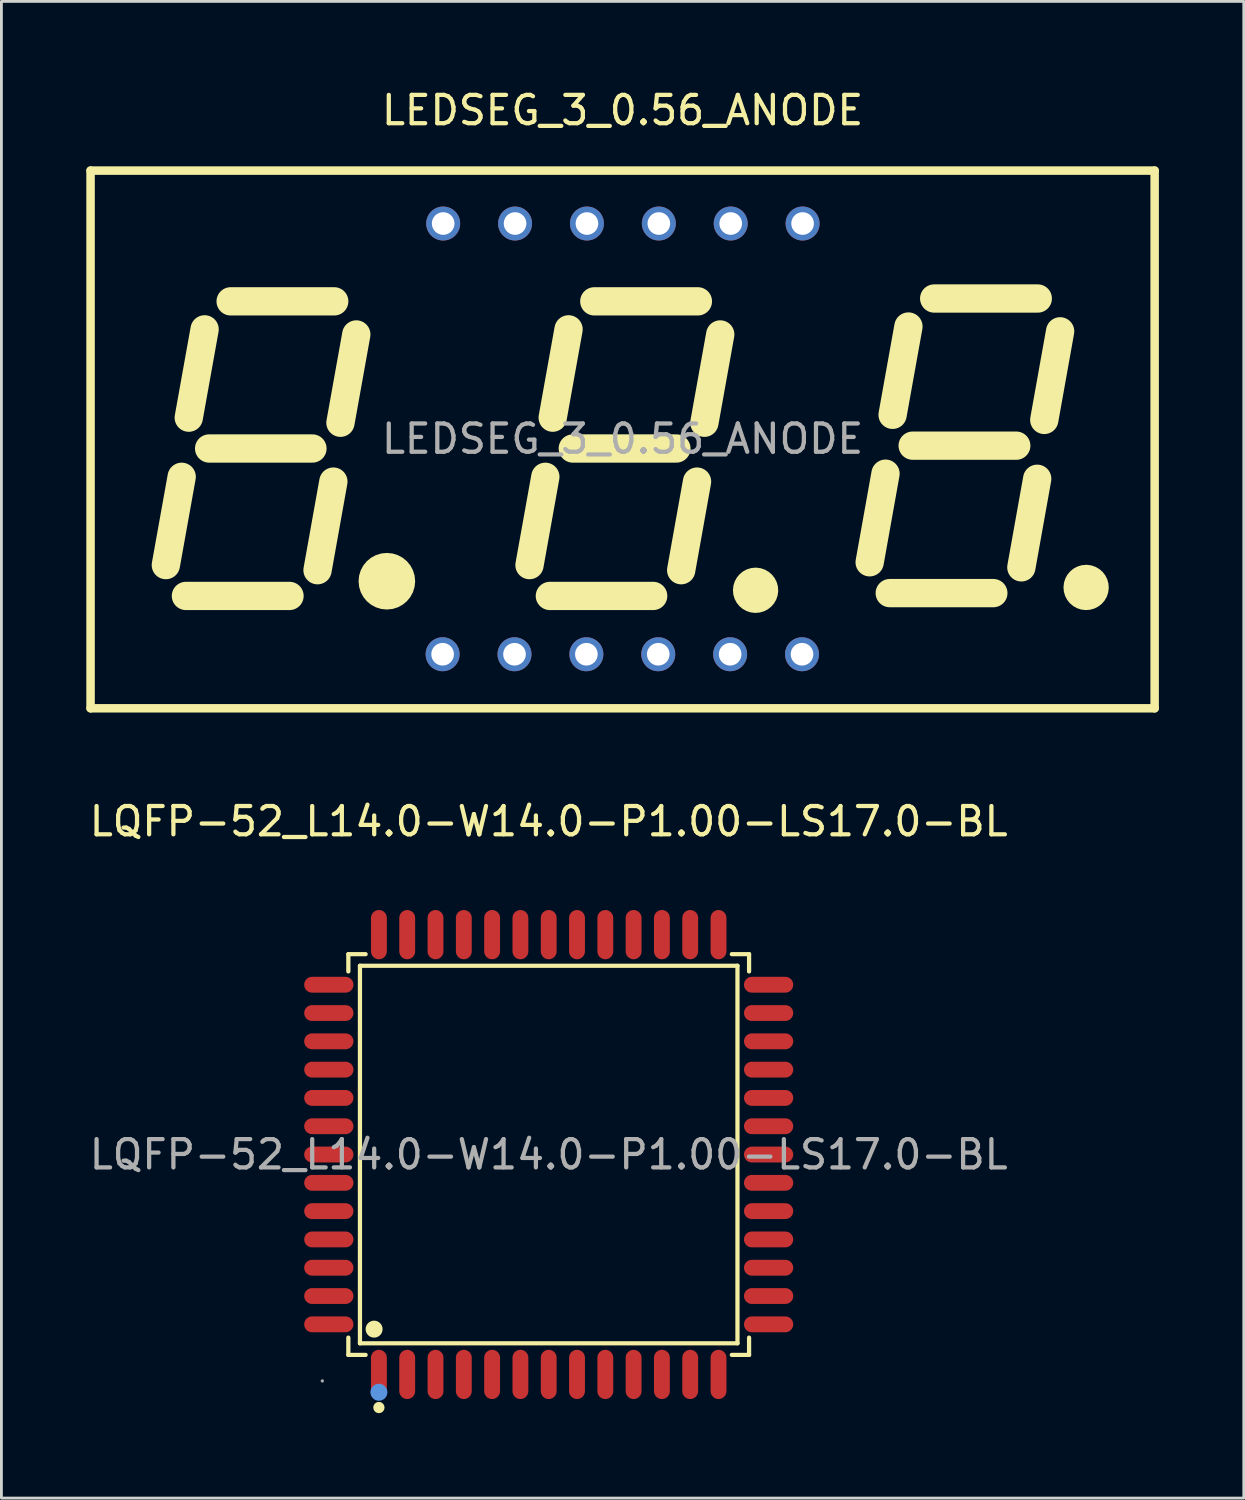
<source format=kicad_pcb>
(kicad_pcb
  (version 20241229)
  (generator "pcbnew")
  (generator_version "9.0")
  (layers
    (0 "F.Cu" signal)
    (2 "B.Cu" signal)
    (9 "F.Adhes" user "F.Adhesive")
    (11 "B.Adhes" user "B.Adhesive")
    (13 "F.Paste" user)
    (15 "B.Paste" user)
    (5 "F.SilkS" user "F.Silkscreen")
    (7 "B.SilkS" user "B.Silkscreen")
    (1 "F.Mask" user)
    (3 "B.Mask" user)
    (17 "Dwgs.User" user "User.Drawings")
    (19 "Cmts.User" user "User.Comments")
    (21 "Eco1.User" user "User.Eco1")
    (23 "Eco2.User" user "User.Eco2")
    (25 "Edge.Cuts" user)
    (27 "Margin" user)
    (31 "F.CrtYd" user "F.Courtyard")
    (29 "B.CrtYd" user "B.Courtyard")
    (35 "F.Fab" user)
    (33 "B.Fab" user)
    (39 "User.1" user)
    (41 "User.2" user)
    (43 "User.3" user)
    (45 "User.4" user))
  (footprint "LEDSEG_3_0.56_ANODE"
    (layer "F.Cu")
    (at 18.95 12.458)
    (property "Reference" "LEDSEG_3_0.56_ANODE" (at 0 -11.61 0) (layer "F.SilkS") (effects (font (size 1 1) (thickness 0.15))))
    (attr through_hole)
    (fp_line (start -18.8 -9.48) (end 18.8 -9.48) (stroke (width 0.3) (type solid)) (layer "F.SilkS"))
    (fp_line (start -18.8 9.52) (end -18.8 -9.48) (stroke (width 0.3) (type solid)) (layer "F.SilkS"))
    (fp_line (start -16.14 4.46) (end -15.58 1.34) (stroke (width 1) (type solid)) (layer "F.SilkS"))
    (fp_line (start -15.33 -0.75) (end -14.77 -3.87) (stroke (width 1) (type solid)) (layer "F.SilkS"))
    (fp_line (start -11.77 5.55) (end -15.43 5.55) (stroke (width 1) (type solid)) (layer "F.SilkS"))
    (fp_line (start -10.96 0.34) (end -14.61 0.34) (stroke (width 1) (type solid)) (layer "F.SilkS"))
    (fp_line (start -10.78 4.64) (end -10.22 1.51) (stroke (width 1) (type solid)) (layer "F.SilkS"))
    (fp_line (start -10.19 -4.86) (end -13.85 -4.86) (stroke (width 1) (type solid)) (layer "F.SilkS"))
    (fp_line (start -9.97 -0.57) (end -9.41 -3.69) (stroke (width 1) (type solid)) (layer "F.SilkS"))
    (fp_line (start -3.29 4.46) (end -2.73 1.34) (stroke (width 1) (type solid)) (layer "F.SilkS"))
    (fp_line (start -2.47 -0.75) (end -1.91 -3.87) (stroke (width 1) (type solid)) (layer "F.SilkS"))
    (fp_line (start 1.08 5.55) (end -2.57 5.55) (stroke (width 1) (type solid)) (layer "F.SilkS"))
    (fp_line (start 1.9 0.34) (end -1.76 0.34) (stroke (width 1) (type solid)) (layer "F.SilkS"))
    (fp_line (start 2.07 4.64) (end 2.63 1.51) (stroke (width 1) (type solid)) (layer "F.SilkS"))
    (fp_line (start 2.66 -4.86) (end -1 -4.86) (stroke (width 1) (type solid)) (layer "F.SilkS"))
    (fp_line (start 2.89 -0.57) (end 3.45 -3.69) (stroke (width 1) (type solid)) (layer "F.SilkS"))
    (fp_line (start 8.73 4.36) (end 9.29 1.23) (stroke (width 1) (type solid)) (layer "F.SilkS"))
    (fp_line (start 9.54 -0.85) (end 10.1 -3.97) (stroke (width 1) (type solid)) (layer "F.SilkS"))
    (fp_line (start 13.1 5.45) (end 9.44 5.45) (stroke (width 1) (type solid)) (layer "F.SilkS"))
    (fp_line (start 13.91 0.24) (end 10.25 0.24) (stroke (width 1) (type solid)) (layer "F.SilkS"))
    (fp_line (start 14.09 4.54) (end 14.65 1.41) (stroke (width 1) (type solid)) (layer "F.SilkS"))
    (fp_line (start 14.67 -4.96) (end 11.01 -4.96) (stroke (width 1) (type solid)) (layer "F.SilkS"))
    (fp_line (start 14.9 -0.67) (end 15.46 -3.8) (stroke (width 1) (type solid)) (layer "F.SilkS"))
    (fp_line (start 18.8 -9.48) (end 18.8 9.52) (stroke (width 0.3) (type solid)) (layer "F.SilkS"))
    (fp_line (start 18.8 9.52) (end -18.8 9.52) (stroke (width 0.3) (type solid)) (layer "F.SilkS"))
    (fp_arc (start -8.33 5.03) (mid -8.33 5.03) (end -8.33 5.03) (stroke (width 1) (type solid)) (layer "F.SilkS"))
    (fp_arc (start 4.71 5.05) (mid 4.695001 5.650125) (end 4.699996 5.049833) (stroke (width 1) (type solid)) (layer "F.SilkS"))
    (fp_arc (start 16.39 4.95) (mid 16.375001 5.550125) (end 16.379996 4.949833) (stroke (width 1) (type solid)) (layer "F.SilkS"))
    (fp_text user "${REFERENCE}" (at 0 0 0) (layer "F.Fab") (effects (font (size 1 1) (thickness 0.15))))
    (pad "1" thru_hole circle (at -6.36 7.61 270) (size 1.2 1.2) (drill 0.8) (layers "*.Cu" "*.Paste" "*.Mask"))
    (pad "2" thru_hole circle (at -3.82 7.61 270) (size 1.2 1.2) (drill 0.8) (layers "*.Cu" "*.Paste" "*.Mask"))
    (pad "3" thru_hole circle (at -1.28 7.61 270) (size 1.2 1.2) (drill 0.8) (layers "*.Cu" "*.Paste" "*.Mask"))
    (pad "4" thru_hole circle (at 1.26 7.61 270) (size 1.2 1.2) (drill 0.8) (layers "*.Cu" "*.Paste" "*.Mask"))
    (pad "5" thru_hole circle (at 3.8 7.61 270) (size 1.2 1.2) (drill 0.8) (layers "*.Cu" "*.Paste" "*.Mask"))
    (pad "6" thru_hole circle (at 6.34 7.61 270) (size 1.2 1.2) (drill 0.8) (layers "*.Cu" "*.Paste" "*.Mask"))
    (pad "7" thru_hole circle (at 6.36 -7.61 270) (size 1.2 1.2) (drill 0.8) (layers "*.Cu" "*.Paste" "*.Mask"))
    (pad "8" thru_hole circle (at 3.82 -7.61 270) (size 1.2 1.2) (drill 0.8) (layers "*.Cu" "*.Paste" "*.Mask"))
    (pad "9" thru_hole circle (at 1.28 -7.61 270) (size 1.2 1.2) (drill 0.8) (layers "*.Cu" "*.Paste" "*.Mask"))
    (pad "10" thru_hole circle (at -1.26 -7.61 270) (size 1.2 1.2) (drill 0.8) (layers "*.Cu" "*.Paste" "*.Mask"))
    (pad "11" thru_hole circle (at -3.8 -7.61 270) (size 1.2 1.2) (drill 0.8) (layers "*.Cu" "*.Paste" "*.Mask"))
    (pad "12" thru_hole circle (at -6.34 -7.61 270) (size 1.2 1.2) (drill 0.8) (layers "*.Cu" "*.Paste" "*.Mask")))
  (footprint "LQFP-52_L14.0-W14.0-P1.00-LS17.0-BL"
    (layer "F.Cu")
    (at 16.339 37.746)
    (property "Reference" "LQFP-52_L14.0-W14.0-P1.00-LS17.0-BL" (at 0 -11.77 0) (layer "F.SilkS") (effects (font (size 1 1) (thickness 0.15))))
    (attr through_hole)
    (fp_line (start -7.08 -7.08) (end -6.47 -7.08) (stroke (width 0.15) (type solid)) (layer "F.SilkS"))
    (fp_line (start -7.08 -6.47) (end -7.08 -7.08) (stroke (width 0.15) (type solid)) (layer "F.SilkS"))
    (fp_line (start -7.08 6.47) (end -7.08 7.08) (stroke (width 0.15) (type solid)) (layer "F.SilkS"))
    (fp_line (start -7.08 7.08) (end -6.47 7.08) (stroke (width 0.15) (type solid)) (layer "F.SilkS"))
    (fp_line (start -6.67 -6.67) (end 6.67 -6.67) (stroke (width 0.15) (type solid)) (layer "F.SilkS"))
    (fp_line (start -6.67 6.67) (end -6.67 -6.67) (stroke (width 0.15) (type solid)) (layer "F.SilkS"))
    (fp_line (start 6.67 -6.67) (end 6.67 6.67) (stroke (width 0.15) (type solid)) (layer "F.SilkS"))
    (fp_line (start 6.67 6.67) (end -6.67 6.67) (stroke (width 0.15) (type solid)) (layer "F.SilkS"))
    (fp_line (start 7.08 -7.08) (end 6.47 -7.08) (stroke (width 0.15) (type solid)) (layer "F.SilkS"))
    (fp_line (start 7.08 -6.47) (end 7.08 -7.08) (stroke (width 0.15) (type solid)) (layer "F.SilkS"))
    (fp_line (start 7.08 6.47) (end 7.08 7.08) (stroke (width 0.15) (type solid)) (layer "F.SilkS"))
    (fp_line (start 7.08 7.08) (end 6.47 7.08) (stroke (width 0.15) (type solid)) (layer "F.SilkS"))
    (fp_circle (center -6.17 6.17) (end -6.02 6.17) (stroke (width 0.3) (type solid)) (fill no) (layer "F.SilkS"))
    (fp_circle (center -6 8.94) (end -5.9 8.94) (stroke (width 0.2) (type solid)) (fill no) (layer "F.SilkS"))
    (fp_circle (center -6 8.4) (end -5.85 8.4) (stroke (width 0.3) (type solid)) (fill no) (layer "Cmts.User"))
    (fp_circle (center -8 8) (end -7.97 8) (stroke (width 0.06) (type solid)) (fill no) (layer "F.Fab"))
    (fp_text user "${REFERENCE}" (at 0 0 0) (layer "F.Fab") (effects (font (size 1 1) (thickness 0.15))))
    (pad "1" smd oval (at -6 7.77) (size 0.56 1.74) (layers "F.Cu" "F.Mask" "F.Paste"))
    (pad "2" smd oval (at -5 7.77) (size 0.56 1.74) (layers "F.Cu" "F.Mask" "F.Paste"))
    (pad "3" smd oval (at -4 7.77) (size 0.56 1.74) (layers "F.Cu" "F.Mask" "F.Paste"))
    (pad "4" smd oval (at -3 7.77) (size 0.56 1.74) (layers "F.Cu" "F.Mask" "F.Paste"))
    (pad "5" smd oval (at -2 7.77) (size 0.56 1.74) (layers "F.Cu" "F.Mask" "F.Paste"))
    (pad "6" smd oval (at -1 7.77) (size 0.56 1.74) (layers "F.Cu" "F.Mask" "F.Paste"))
    (pad "7" smd oval (at 0 7.77) (size 0.56 1.74) (layers "F.Cu" "F.Mask" "F.Paste"))
    (pad "8" smd oval (at 1 7.77) (size 0.56 1.74) (layers "F.Cu" "F.Mask" "F.Paste"))
    (pad "9" smd oval (at 2 7.77) (size 0.56 1.74) (layers "F.Cu" "F.Mask" "F.Paste"))
    (pad "10" smd oval (at 3 7.77) (size 0.56 1.74) (layers "F.Cu" "F.Mask" "F.Paste"))
    (pad "11" smd oval (at 4 7.77) (size 0.56 1.74) (layers "F.Cu" "F.Mask" "F.Paste"))
    (pad "12" smd oval (at 5 7.77) (size 0.56 1.74) (layers "F.Cu" "F.Mask" "F.Paste"))
    (pad "13" smd oval (at 6 7.77) (size 0.56 1.74) (layers "F.Cu" "F.Mask" "F.Paste"))
    (pad "14" smd oval (at 7.77 6) (size 1.74 0.56) (layers "F.Cu" "F.Mask" "F.Paste"))
    (pad "15" smd oval (at 7.77 5) (size 1.74 0.56) (layers "F.Cu" "F.Mask" "F.Paste"))
    (pad "16" smd oval (at 7.77 4) (size 1.74 0.56) (layers "F.Cu" "F.Mask" "F.Paste"))
    (pad "17" smd oval (at 7.77 3) (size 1.74 0.56) (layers "F.Cu" "F.Mask" "F.Paste"))
    (pad "18" smd oval (at 7.77 2) (size 1.74 0.56) (layers "F.Cu" "F.Mask" "F.Paste"))
    (pad "19" smd oval (at 7.77 1) (size 1.74 0.56) (layers "F.Cu" "F.Mask" "F.Paste"))
    (pad "20" smd oval (at 7.77 0) (size 1.74 0.56) (layers "F.Cu" "F.Mask" "F.Paste"))
    (pad "21" smd oval (at 7.77 -1) (size 1.74 0.56) (layers "F.Cu" "F.Mask" "F.Paste"))
    (pad "22" smd oval (at 7.77 -2) (size 1.74 0.56) (layers "F.Cu" "F.Mask" "F.Paste"))
    (pad "23" smd oval (at 7.77 -3) (size 1.74 0.56) (layers "F.Cu" "F.Mask" "F.Paste"))
    (pad "24" smd oval (at 7.77 -4) (size 1.74 0.56) (layers "F.Cu" "F.Mask" "F.Paste"))
    (pad "25" smd oval (at 7.77 -5) (size 1.74 0.56) (layers "F.Cu" "F.Mask" "F.Paste"))
    (pad "26" smd oval (at 7.77 -6) (size 1.74 0.56) (layers "F.Cu" "F.Mask" "F.Paste"))
    (pad "27" smd oval (at 6 -7.77) (size 0.56 1.74) (layers "F.Cu" "F.Mask" "F.Paste"))
    (pad "28" smd oval (at 5 -7.77) (size 0.56 1.74) (layers "F.Cu" "F.Mask" "F.Paste"))
    (pad "29" smd oval (at 4 -7.77) (size 0.56 1.74) (layers "F.Cu" "F.Mask" "F.Paste"))
    (pad "30" smd oval (at 3 -7.77) (size 0.56 1.74) (layers "F.Cu" "F.Mask" "F.Paste"))
    (pad "31" smd oval (at 2 -7.77) (size 0.56 1.74) (layers "F.Cu" "F.Mask" "F.Paste"))
    (pad "32" smd oval (at 1 -7.77) (size 0.56 1.74) (layers "F.Cu" "F.Mask" "F.Paste"))
    (pad "33" smd oval (at 0 -7.77) (size 0.56 1.74) (layers "F.Cu" "F.Mask" "F.Paste"))
    (pad "34" smd oval (at -1 -7.77) (size 0.56 1.74) (layers "F.Cu" "F.Mask" "F.Paste"))
    (pad "35" smd oval (at -2 -7.77) (size 0.56 1.74) (layers "F.Cu" "F.Mask" "F.Paste"))
    (pad "36" smd oval (at -3 -7.77) (size 0.56 1.74) (layers "F.Cu" "F.Mask" "F.Paste"))
    (pad "37" smd oval (at -4 -7.77) (size 0.56 1.74) (layers "F.Cu" "F.Mask" "F.Paste"))
    (pad "38" smd oval (at -5 -7.77) (size 0.56 1.74) (layers "F.Cu" "F.Mask" "F.Paste"))
    (pad "39" smd oval (at -6 -7.77) (size 0.56 1.74) (layers "F.Cu" "F.Mask" "F.Paste"))
    (pad "40" smd oval (at -7.77 -6) (size 1.74 0.56) (layers "F.Cu" "F.Mask" "F.Paste"))
    (pad "41" smd oval (at -7.77 -5) (size 1.74 0.56) (layers "F.Cu" "F.Mask" "F.Paste"))
    (pad "42" smd oval (at -7.77 -4) (size 1.74 0.56) (layers "F.Cu" "F.Mask" "F.Paste"))
    (pad "43" smd oval (at -7.77 -3) (size 1.74 0.56) (layers "F.Cu" "F.Mask" "F.Paste"))
    (pad "44" smd oval (at -7.77 -2) (size 1.74 0.56) (layers "F.Cu" "F.Mask" "F.Paste"))
    (pad "45" smd oval (at -7.77 -1) (size 1.74 0.56) (layers "F.Cu" "F.Mask" "F.Paste"))
    (pad "46" smd oval (at -7.77 0) (size 1.74 0.56) (layers "F.Cu" "F.Mask" "F.Paste"))
    (pad "47" smd oval (at -7.77 1) (size 1.74 0.56) (layers "F.Cu" "F.Mask" "F.Paste"))
    (pad "48" smd oval (at -7.77 2) (size 1.74 0.56) (layers "F.Cu" "F.Mask" "F.Paste"))
    (pad "49" smd oval (at -7.77 3) (size 1.74 0.56) (layers "F.Cu" "F.Mask" "F.Paste"))
    (pad "50" smd oval (at -7.77 4) (size 1.74 0.56) (layers "F.Cu" "F.Mask" "F.Paste"))
    (pad "51" smd oval (at -7.77 5) (size 1.74 0.56) (layers "F.Cu" "F.Mask" "F.Paste"))
    (pad "52" smd oval (at -7.77 6) (size 1.74 0.56) (layers "F.Cu" "F.Mask" "F.Paste")))
  (gr_rect
    (start -3 -3)
    (end 40.9 49.886)
    (stroke (width 0.1) (type default))
    (fill no)
    (layer "Edge.Cuts")))
</source>
